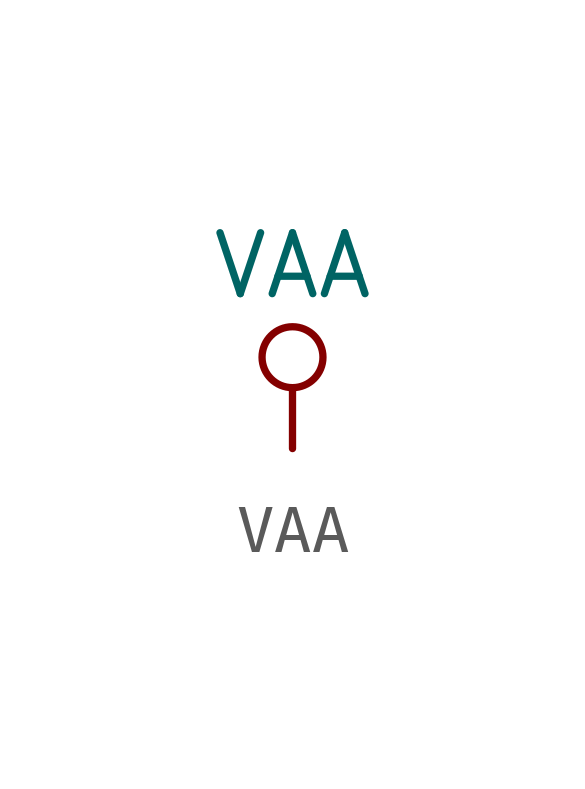
<source format=kicad_sym>
(kicad_symbol_lib
  (version 20220914)
  (generator kicad_symbol_editor)
  (symbol "VAA"
    (power)
    (pin_names
      (offset 0))
    (property "Reference" "#PWR"
      (at 0 -3.81 0)
      (effects (font (size 1.27 1.27)) hide))
    (property "Value" "VAA"
      (at 0 3.81 0)
      (effects (font (size 1.27 1.27))))
    (symbol "VAA_0_1"
      (polyline (pts (xy 0 0) (xy 0 1.27)) (stroke (width 0) (type solid)) (fill (type none)))
      (circle (center 0 1.905) (radius 0.635) (stroke (width 0) (type solid)) (fill (type none))))
    (symbol "VAA_1_1"
      (pin power_in line (at 0 0 90) (length 0) hide (name "VAA" (effects (font (size 1.27 1.27)))) (number "1" (effects (font (size 1.27 1.27))))))))
</source>
